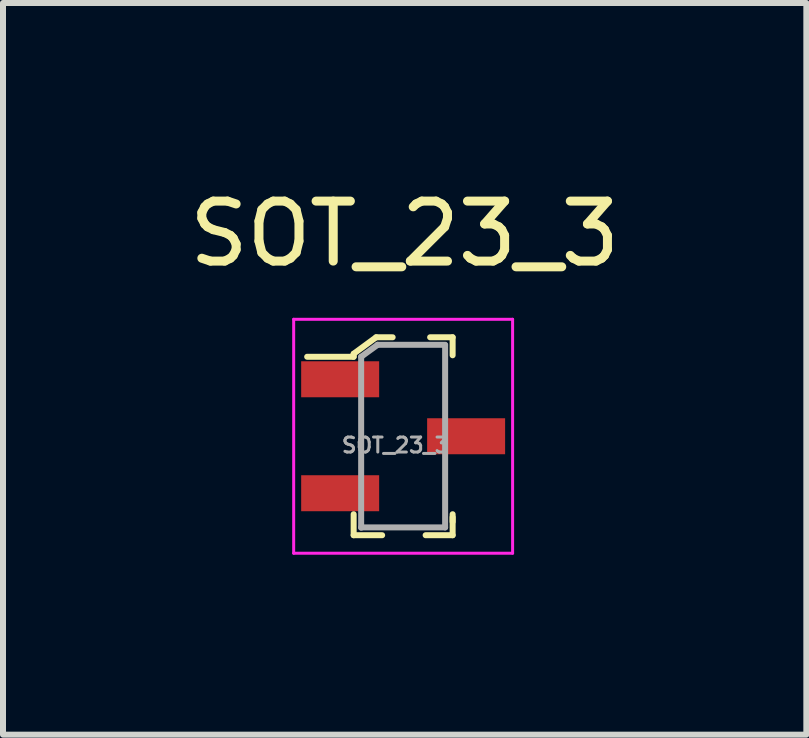
<source format=kicad_pcb>
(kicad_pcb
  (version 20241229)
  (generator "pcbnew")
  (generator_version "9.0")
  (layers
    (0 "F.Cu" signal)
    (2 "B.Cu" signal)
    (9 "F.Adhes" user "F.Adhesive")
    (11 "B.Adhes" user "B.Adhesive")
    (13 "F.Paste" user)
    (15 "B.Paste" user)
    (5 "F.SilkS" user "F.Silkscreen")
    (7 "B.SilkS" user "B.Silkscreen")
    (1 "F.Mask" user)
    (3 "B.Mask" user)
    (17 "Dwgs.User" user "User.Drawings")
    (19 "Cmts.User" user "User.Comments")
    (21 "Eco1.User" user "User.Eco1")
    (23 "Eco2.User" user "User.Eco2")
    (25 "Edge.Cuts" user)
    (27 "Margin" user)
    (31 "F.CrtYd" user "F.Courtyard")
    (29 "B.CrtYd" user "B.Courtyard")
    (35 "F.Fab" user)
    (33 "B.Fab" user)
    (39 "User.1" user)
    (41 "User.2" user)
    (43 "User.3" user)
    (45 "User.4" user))
  (footprint "SOT_23_3"
    (layer "F.Cu")
    (at 3.671 4.223)
    (property "Reference" "SOT_23_3" (at 0.025 -3.375 0) (layer "F.SilkS") (effects (font (size 1 1) (thickness 0.15))))
    (attr smd)
    (fp_line (start -0.825 -1.375) (end -0.825 -1.325) (stroke (width 0.1) (type solid)) (layer "F.SilkS"))
    (fp_line (start -0.825 -1.325) (end -1.6 -1.325) (stroke (width 0.1) (type solid)) (layer "F.SilkS"))
    (fp_line (start -0.825 1.65) (end -0.825 1.3) (stroke (width 0.1) (type solid)) (layer "F.SilkS"))
    (fp_line (start -0.45 -1.65) (end -0.825 -1.375) (stroke (width 0.1) (type solid)) (layer "F.SilkS"))
    (fp_line (start -0.35 1.65) (end -0.825 1.65) (stroke (width 0.1) (type solid)) (layer "F.SilkS"))
    (fp_line (start -0.175 -1.65) (end -0.45 -1.65) (stroke (width 0.1) (type solid)) (layer "F.SilkS"))
    (fp_line (start 0.45 -1.65) (end 0.825 -1.65) (stroke (width 0.1) (type solid)) (layer "F.SilkS"))
    (fp_line (start 0.825 -1.65) (end 0.825 -1.35) (stroke (width 0.1) (type solid)) (layer "F.SilkS"))
    (fp_line (start 0.825 1.35) (end 0.825 1.65) (stroke (width 0.1) (type solid)) (layer "F.SilkS"))
    (fp_line (start 0.825 1.425) (end 0.825 1.3) (stroke (width 0.1) (type solid)) (layer "F.SilkS"))
    (fp_line (start 0.825 1.65) (end 0.375 1.65) (stroke (width 0.1) (type solid)) (layer "F.SilkS"))
    (fp_line (start -1.825 -1.95) (end -1.825 1.95) (stroke (width 0.05) (type solid)) (layer "F.CrtYd"))
    (fp_line (start -1.825 -1.95) (end 1.825 -1.95) (stroke (width 0.05) (type solid)) (layer "F.CrtYd"))
    (fp_line (start 1.825 -1.95) (end 1.825 1.95) (stroke (width 0.05) (type solid)) (layer "F.CrtYd"))
    (fp_line (start 1.825 1.95) (end -1.825 1.95) (stroke (width 0.05) (type solid)) (layer "F.CrtYd"))
    (fp_line (start -0.7 -1.325) (end -0.7 1.525) (stroke (width 0.1) (type solid)) (layer "F.Fab"))
    (fp_line (start -0.7 1.52) (end 0.7 1.52) (stroke (width 0.1) (type solid)) (layer "F.Fab"))
    (fp_line (start -0.425 -1.525) (end -0.7 -1.325) (stroke (width 0.1) (type solid)) (layer "F.Fab"))
    (fp_line (start -0.425 -1.525) (end 0.7 -1.525) (stroke (width 0.1) (type solid)) (layer "F.Fab"))
    (fp_line (start 0.7 1.52) (end 0.7 -1.52) (stroke (width 0.1) (type solid)) (layer "F.Fab"))
    (fp_text user "${REFERENCE}" (at -0.125 0.15 0) (layer "F.Fab") (effects (font (size 0.25 0.25) (thickness 0.05))))
    (pad "1" smd rect (at -1.05 -0.95) (size 1.3 0.6) (layers "F.Cu" "F.Mask" "F.Paste"))
    (pad "2" smd rect (at -1.05 0.95) (size 1.3 0.6) (layers "F.Cu" "F.Mask" "F.Paste"))
    (pad "3" smd rect (at 1.05 0) (size 1.3 0.6) (layers "F.Cu" "F.Mask" "F.Paste")))
  (gr_rect
    (start -3 -3)
    (end 10.393 9.198)
    (stroke (width 0.1) (type default))
    (fill no)
    (layer "Edge.Cuts")))
</source>
